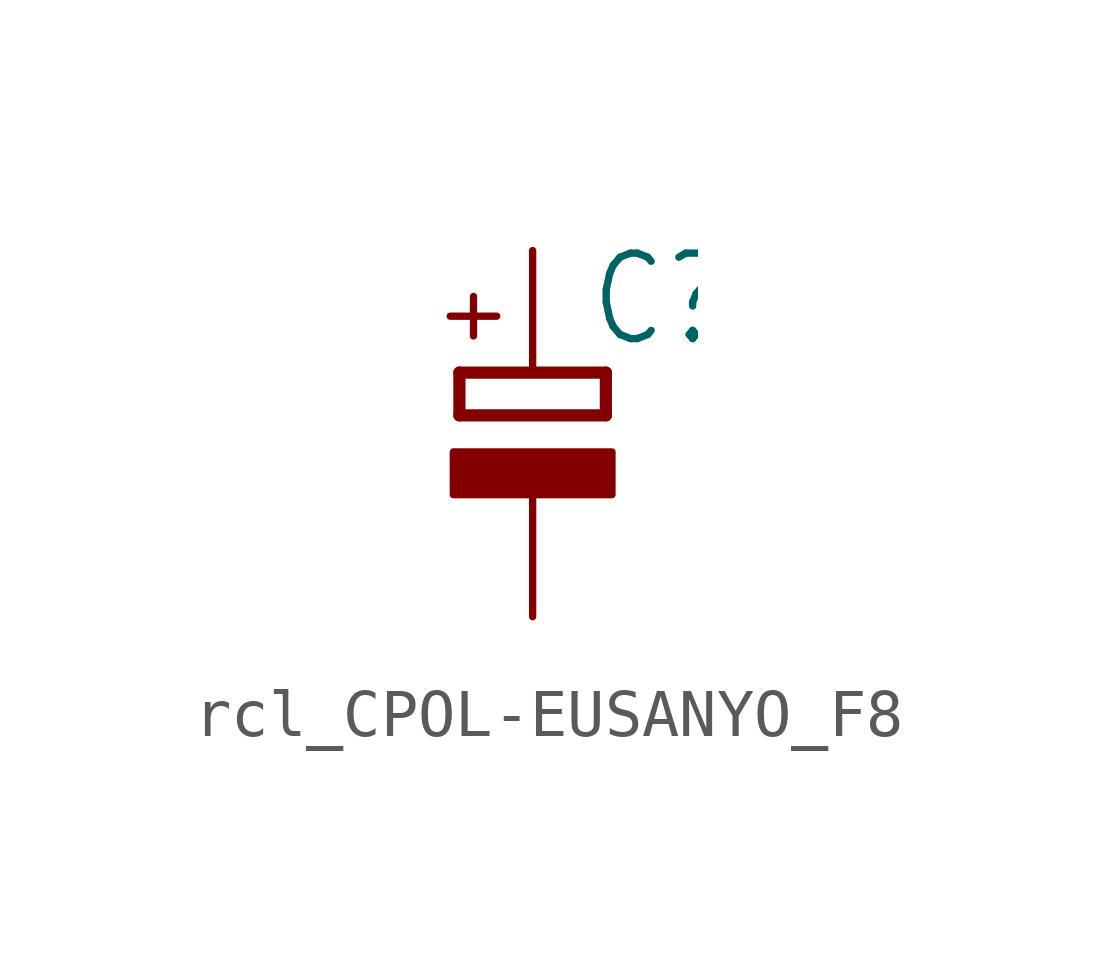
<source format=kicad_sym>
(kicad_symbol_lib
  (version 20241209)
  (generator "kicad_symbol_editor")
  (generator_version "9.0")
  (symbol "rcl_CPOL-EUSANYO_F8"
    (property "Reference" "C"
      (at 1.143 0.483 0)
      (effects (font (size 1.778 1.511)) (justify left bottom)))
    (property "Value" ""
      (at 1.143 -4.597 0)
      (effects (font (size 1.778 1.511)) (justify left bottom)))
    (property "ki_locked" ""
      (at 0 0 0)
      (effects (font (size 1.27 1.27))))
    (symbol "rcl_CPOL-EUSANYO_F8_1_0"
      (rectangle (start -1.651 -2.54) (end 1.651 -1.651) (stroke (width 0) (type default)) (fill (type outline)))
      (polyline (pts (xy -1.524 0) (xy -1.524 -0.889)) (stroke (width 0.254) (type solid)) (fill (type none)))
      (polyline (pts (xy -1.524 0) (xy 1.524 0)) (stroke (width 0.254) (type solid)) (fill (type none)))
      (polyline (pts (xy -1.524 -0.889) (xy 1.524 -0.889)) (stroke (width 0.254) (type solid)) (fill (type none)))
      (polyline (pts (xy 1.524 -0.889) (xy 1.524 0)) (stroke (width 0.254) (type solid)) (fill (type none)))
      (text "+" (at -0.584 0.406 900) (effects (font (size 1.27 1.079)) (justify left bottom)))
      (pin passive line (at 0 2.54 270) (length 2.54) (name "+" (effects (font (size 0 0)))) (number "+" (effects (font (size 0 0)))))
      (pin passive line (at 0 -5.08 90) (length 2.54) (name "-" (effects (font (size 0 0)))) (number "-" (effects (font (size 0 0))))))))
</source>
